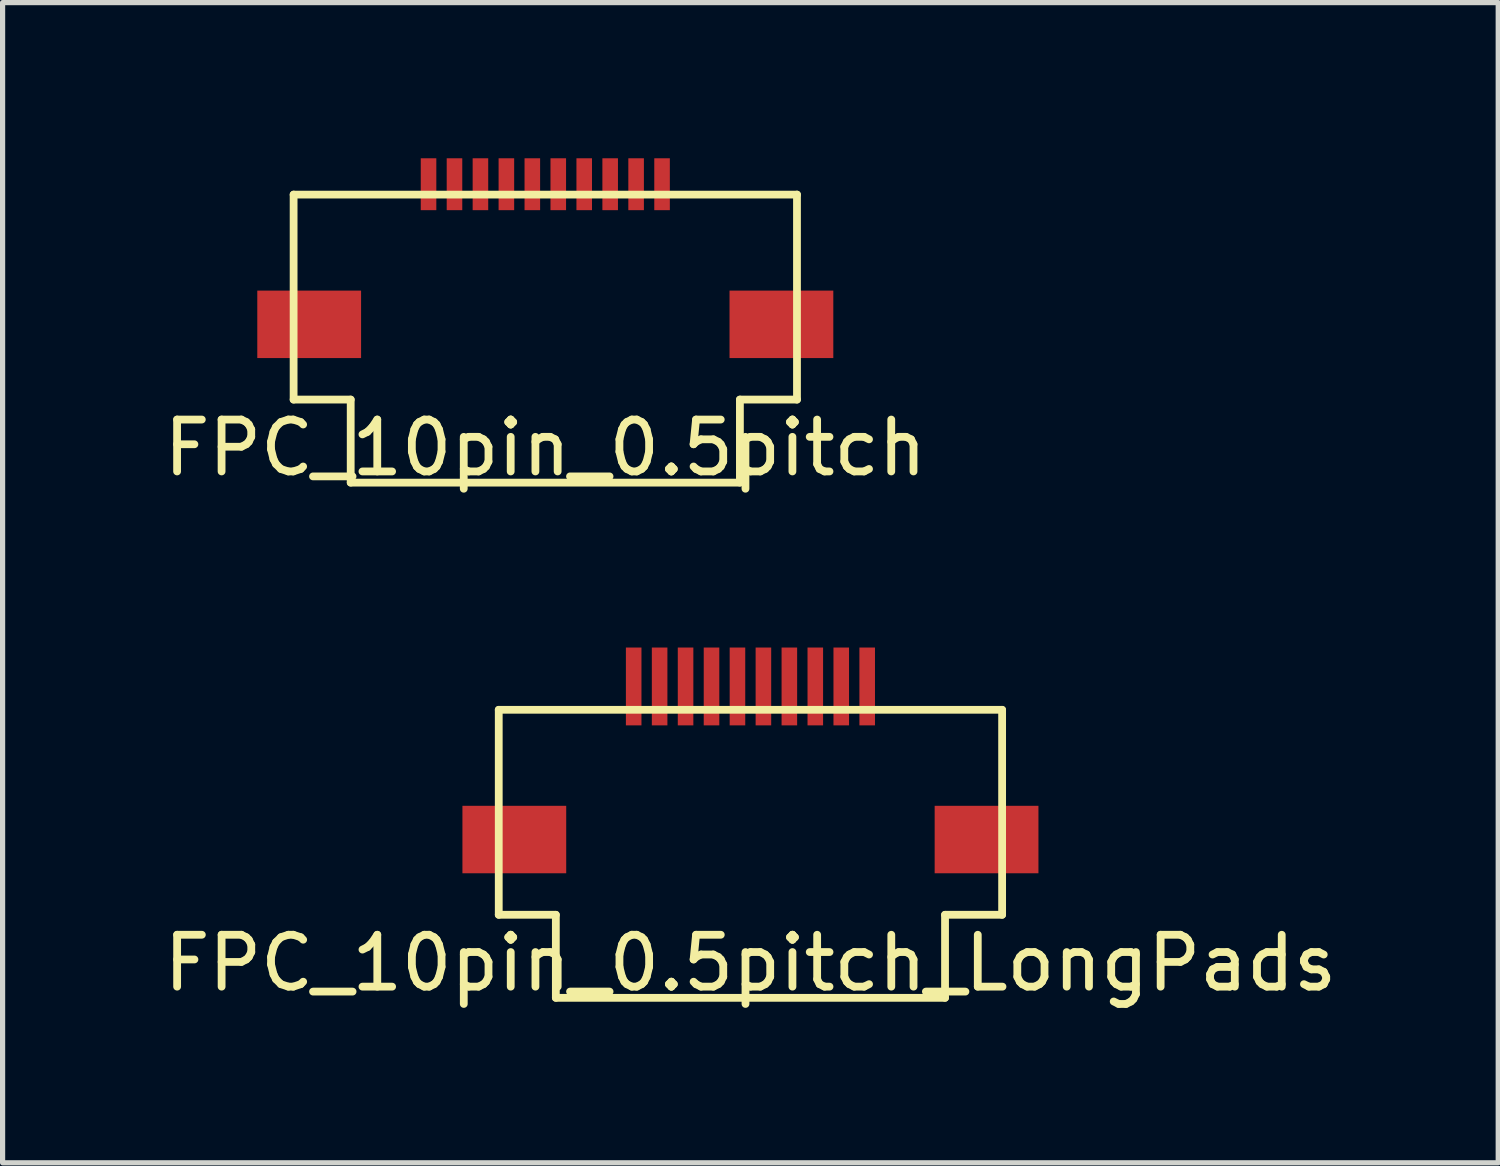
<source format=kicad_pcb>
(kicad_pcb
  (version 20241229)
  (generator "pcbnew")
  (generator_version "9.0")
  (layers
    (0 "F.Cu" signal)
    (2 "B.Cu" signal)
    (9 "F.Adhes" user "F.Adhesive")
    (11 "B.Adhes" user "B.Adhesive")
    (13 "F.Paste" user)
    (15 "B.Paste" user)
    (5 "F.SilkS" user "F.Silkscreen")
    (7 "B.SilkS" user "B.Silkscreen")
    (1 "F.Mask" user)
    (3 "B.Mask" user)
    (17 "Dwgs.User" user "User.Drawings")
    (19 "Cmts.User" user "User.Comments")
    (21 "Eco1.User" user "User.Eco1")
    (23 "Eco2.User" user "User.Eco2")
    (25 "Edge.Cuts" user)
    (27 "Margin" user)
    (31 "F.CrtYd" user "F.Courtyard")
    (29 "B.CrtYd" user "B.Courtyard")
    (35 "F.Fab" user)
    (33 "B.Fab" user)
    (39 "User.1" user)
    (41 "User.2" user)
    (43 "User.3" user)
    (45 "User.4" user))
  (footprint "FPC_10pin_0.5pitch_LongPads"
    (layer "F.Cu")
    (at 11.411 10.428)
    (property "Reference" "FPC_10pin_0.5pitch_LongPads" (at 0 5.08 0) (layer "F.SilkS") (effects (font (size 1 1) (thickness 0.15))))
    (attr through_hole)
    (fp_line (start -4.85 0.2) (end -4.85 4.15) (stroke (width 0.15) (type solid)) (layer "F.SilkS"))
    (fp_line (start -4.85 0.2) (end 4.85 0.2) (stroke (width 0.15) (type solid)) (layer "F.SilkS"))
    (fp_line (start -4.85 4.15) (end -3.75 4.15) (stroke (width 0.15) (type solid)) (layer "F.SilkS"))
    (fp_line (start -3.75 4.15) (end -3.75 5.75) (stroke (width 0.15) (type solid)) (layer "F.SilkS"))
    (fp_line (start -3.75 5.75) (end 3.75 5.75) (stroke (width 0.15) (type solid)) (layer "F.SilkS"))
    (fp_line (start 3.75 4.15) (end 3.75 5.75) (stroke (width 0.15) (type solid)) (layer "F.SilkS"))
    (fp_line (start 3.75 4.15) (end 4.85 4.15) (stroke (width 0.15) (type solid)) (layer "F.SilkS"))
    (fp_line (start 4.85 0.2) (end 4.85 4.15) (stroke (width 0.15) (type solid)) (layer "F.SilkS"))
    (pad "1" smd rect (at -2.25 -0.25) (size 0.3 1.5) (layers "F.Cu" "F.Mask" "F.Paste"))
    (pad "2" smd rect (at -1.75 -0.25) (size 0.3 1.5) (layers "F.Cu" "F.Mask" "F.Paste"))
    (pad "3" smd rect (at -1.25 -0.25) (size 0.3 1.5) (layers "F.Cu" "F.Mask" "F.Paste"))
    (pad "4" smd rect (at -0.75 -0.25) (size 0.3 1.5) (layers "F.Cu" "F.Mask" "F.Paste"))
    (pad "5" smd rect (at -0.25 -0.25) (size 0.3 1.5) (layers "F.Cu" "F.Mask" "F.Paste"))
    (pad "6" smd rect (at 0.25 -0.25) (size 0.3 1.5) (layers "F.Cu" "F.Mask" "F.Paste"))
    (pad "7" smd rect (at 0.75 -0.25) (size 0.3 1.5) (layers "F.Cu" "F.Mask" "F.Paste"))
    (pad "8" smd rect (at 1.25 -0.25) (size 0.3 1.5) (layers "F.Cu" "F.Mask" "F.Paste"))
    (pad "9" smd rect (at 1.75 -0.25) (size 0.3 1.5) (layers "F.Cu" "F.Mask" "F.Paste"))
    (pad "10" smd rect (at 2.25 -0.25) (size 0.3 1.5) (layers "F.Cu" "F.Mask" "F.Paste"))
    (pad "11" smd rect (at -4.55 2.7) (size 2 1.3) (layers "F.Cu" "F.Mask" "F.Paste"))
    (pad "11" smd rect (at 4.55 2.7) (size 2 1.3) (layers "F.Cu" "F.Mask" "F.Paste")))
  (footprint "FPC_10pin_0.5pitch"
    (layer "F.Cu")
    (at 7.458 0.5)
    (property "Reference" "FPC_10pin_0.5pitch" (at 0 5.08 0) (layer "F.SilkS") (effects (font (size 1 1) (thickness 0.15))))
    (attr through_hole)
    (fp_line (start -4.85 0.2) (end -4.85 4.15) (stroke (width 0.15) (type solid)) (layer "F.SilkS"))
    (fp_line (start -4.85 0.2) (end 4.85 0.2) (stroke (width 0.15) (type solid)) (layer "F.SilkS"))
    (fp_line (start -4.85 4.15) (end -3.75 4.15) (stroke (width 0.15) (type solid)) (layer "F.SilkS"))
    (fp_line (start -3.75 4.15) (end -3.75 5.75) (stroke (width 0.15) (type solid)) (layer "F.SilkS"))
    (fp_line (start -3.75 5.75) (end 3.75 5.75) (stroke (width 0.15) (type solid)) (layer "F.SilkS"))
    (fp_line (start 3.75 4.15) (end 3.75 5.75) (stroke (width 0.15) (type solid)) (layer "F.SilkS"))
    (fp_line (start 3.75 4.15) (end 4.85 4.15) (stroke (width 0.15) (type solid)) (layer "F.SilkS"))
    (fp_line (start 4.85 0.2) (end 4.85 4.15) (stroke (width 0.15) (type solid)) (layer "F.SilkS"))
    (pad "1" smd rect (at -2.25 0) (size 0.3 1) (layers "F.Cu" "F.Mask" "F.Paste"))
    (pad "2" smd rect (at -1.75 0) (size 0.3 1) (layers "F.Cu" "F.Mask" "F.Paste"))
    (pad "3" smd rect (at -1.25 0) (size 0.3 1) (layers "F.Cu" "F.Mask" "F.Paste"))
    (pad "4" smd rect (at -0.75 0) (size 0.3 1) (layers "F.Cu" "F.Mask" "F.Paste"))
    (pad "5" smd rect (at -0.25 0) (size 0.3 1) (layers "F.Cu" "F.Mask" "F.Paste"))
    (pad "6" smd rect (at 0.25 0) (size 0.3 1) (layers "F.Cu" "F.Mask" "F.Paste"))
    (pad "7" smd rect (at 0.75 0) (size 0.3 1) (layers "F.Cu" "F.Mask" "F.Paste"))
    (pad "8" smd rect (at 1.25 0) (size 0.3 1) (layers "F.Cu" "F.Mask" "F.Paste"))
    (pad "9" smd rect (at 1.75 0) (size 0.3 1) (layers "F.Cu" "F.Mask" "F.Paste"))
    (pad "10" smd rect (at 2.25 0) (size 0.3 1) (layers "F.Cu" "F.Mask" "F.Paste"))
    (pad "11" smd rect (at -4.55 2.7) (size 2 1.3) (layers "F.Cu" "F.Mask" "F.Paste"))
    (pad "11" smd rect (at 4.55 2.7) (size 2 1.3) (layers "F.Cu" "F.Mask" "F.Paste")))
  (gr_rect
    (start -3 -3)
    (end 25.821 19.357)
    (stroke (width 0.1) (type default))
    (fill no)
    (layer "Edge.Cuts")))
</source>
